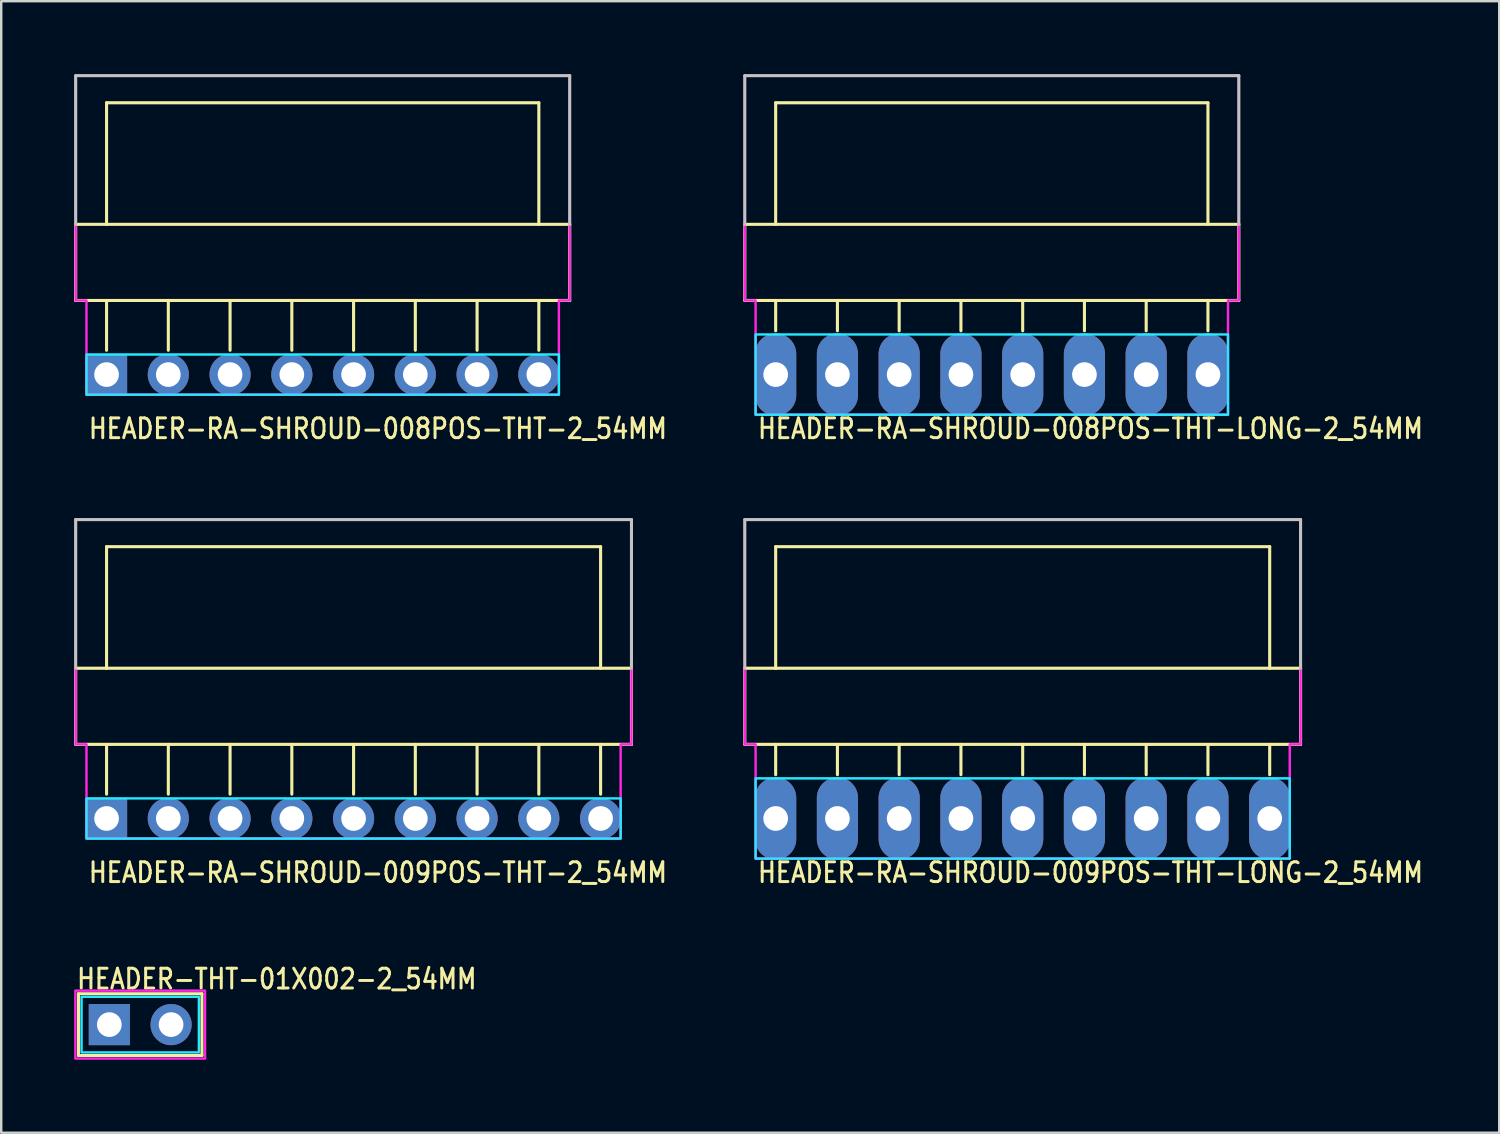
<source format=kicad_pcb>
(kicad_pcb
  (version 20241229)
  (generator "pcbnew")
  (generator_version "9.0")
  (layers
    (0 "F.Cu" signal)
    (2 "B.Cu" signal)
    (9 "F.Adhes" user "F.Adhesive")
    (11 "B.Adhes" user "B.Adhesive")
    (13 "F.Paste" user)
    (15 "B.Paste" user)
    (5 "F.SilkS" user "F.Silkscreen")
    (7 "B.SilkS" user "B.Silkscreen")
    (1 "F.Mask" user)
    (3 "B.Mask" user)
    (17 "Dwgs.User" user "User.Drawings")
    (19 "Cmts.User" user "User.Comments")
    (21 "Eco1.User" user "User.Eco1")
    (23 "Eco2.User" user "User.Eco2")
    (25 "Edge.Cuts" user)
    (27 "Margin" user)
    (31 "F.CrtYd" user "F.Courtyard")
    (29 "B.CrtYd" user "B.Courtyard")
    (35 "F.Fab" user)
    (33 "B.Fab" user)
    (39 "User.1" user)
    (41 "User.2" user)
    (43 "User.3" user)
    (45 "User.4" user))
  (footprint "HEADER-RA-SHROUD-008POS-THT-LONG-2_54MM"
    (layer "F.Cu")
    (at 28.854 12.357)
    (property "Reference" "HEADER-RA-SHROUD-008POS-THT-LONG-2_54MM" (at -0.8 2.7 0) (unlocked yes) (layer "F.SilkS") (effects (font (size 0.813 0.695) (thickness 0.122)) (justify left bottom)))
    (fp_line (start -1.27 -6.18) (end -1.27 -3.048) (stroke (width 0.127) (type solid)) (layer "F.SilkS"))
    (fp_line (start -1.27 -3.048) (end 19.05 -3.048) (stroke (width 0.127) (type solid)) (layer "F.SilkS"))
    (fp_line (start 0 -11.18) (end 0 -6.18) (stroke (width 0.127) (type solid)) (layer "F.SilkS"))
    (fp_line (start 0 -6.18) (end -1.27 -6.18) (stroke (width 0.127) (type solid)) (layer "F.SilkS"))
    (fp_line (start 0 -1.8) (end 0 -3.048) (stroke (width 0.127) (type solid)) (layer "F.SilkS"))
    (fp_line (start 2.54 -1.8) (end 2.54 -3.048) (stroke (width 0.127) (type solid)) (layer "F.SilkS"))
    (fp_line (start 5.08 -1.8) (end 5.08 -3.048) (stroke (width 0.127) (type solid)) (layer "F.SilkS"))
    (fp_line (start 7.62 -1.8) (end 7.62 -3.048) (stroke (width 0.127) (type solid)) (layer "F.SilkS"))
    (fp_line (start 10.16 -1.8) (end 10.16 -3.048) (stroke (width 0.127) (type solid)) (layer "F.SilkS"))
    (fp_line (start 12.7 -1.8) (end 12.7 -3.048) (stroke (width 0.127) (type solid)) (layer "F.SilkS"))
    (fp_line (start 15.24 -1.8) (end 15.24 -3.048) (stroke (width 0.127) (type solid)) (layer "F.SilkS"))
    (fp_line (start 17.78 -11.18) (end 0 -11.18) (stroke (width 0.127) (type solid)) (layer "F.SilkS"))
    (fp_line (start 17.78 -6.18) (end 0 -6.18) (stroke (width 0.127) (type solid)) (layer "F.SilkS"))
    (fp_line (start 17.78 -6.18) (end 17.78 -11.18) (stroke (width 0.127) (type solid)) (layer "F.SilkS"))
    (fp_line (start 17.78 -1.8) (end 17.78 -3.048) (stroke (width 0.127) (type solid)) (layer "F.SilkS"))
    (fp_line (start 19.05 -6.18) (end 17.78 -6.18) (stroke (width 0.127) (type solid)) (layer "F.SilkS"))
    (fp_line (start 19.05 -3.048) (end 19.05 -6.18) (stroke (width 0.127) (type solid)) (layer "F.SilkS"))
    (fp_line (start -1.27 -12.294) (end 19.05 -12.294) (stroke (width 0.127) (type solid)) (layer "Dwgs.User"))
    (fp_line (start -1.27 -6.18) (end -1.27 -12.294) (stroke (width 0.127) (type solid)) (layer "Dwgs.User"))
    (fp_line (start 19.05 -12.294) (end 19.05 -6.18) (stroke (width 0.127) (type solid)) (layer "Dwgs.User"))
    (fp_poly (pts (xy -0.826 -1.65) (xy -0.826 1.65) (xy 18.605 1.65) (xy 18.605 -1.65)) (stroke (width 0.1) (type solid)) (fill no) (layer "B.CrtYd"))
    (fp_poly (pts (xy -1.27 -12.294) (xy -1.27 -3.048) (xy -0.826 -3.048) (xy -0.826 1.65) (xy 18.605 1.65) (xy 18.605 -3.048) (xy 19.05 -3.048) (xy 19.05 -12.294)) (stroke (width 0.1) (type solid)) (fill no) (layer "F.CrtYd"))
    (pad "P$1" thru_hole oval (at 0 0 90) (size 3.387 1.693) (drill 1.016) (layers "*.Cu" "*.Mask"))
    (pad "P$2" thru_hole oval (at 2.54 0 90) (size 3.387 1.693) (drill 1.016) (layers "*.Cu" "*.Mask"))
    (pad "P$3" thru_hole oval (at 5.08 0 90) (size 3.387 1.693) (drill 1.016) (layers "*.Cu" "*.Mask"))
    (pad "P$4" thru_hole oval (at 7.62 0 90) (size 3.387 1.693) (drill 1.016) (layers "*.Cu" "*.Mask"))
    (pad "P$5" thru_hole oval (at 10.16 0 90) (size 3.387 1.693) (drill 1.016) (layers "*.Cu" "*.Mask"))
    (pad "P$6" thru_hole oval (at 12.7 0 90) (size 3.387 1.693) (drill 1.016) (layers "*.Cu" "*.Mask"))
    (pad "P$7" thru_hole oval (at 15.24 0 90) (size 3.387 1.693) (drill 1.016) (layers "*.Cu" "*.Mask"))
    (pad "P$8" thru_hole oval (at 17.78 0 90) (size 3.387 1.693) (drill 1.016) (layers "*.Cu" "*.Mask")))
  (footprint "HEADER-THT-01X002-2_54MM"
    (layer "F.Cu")
    (at 1.447 39.093)
    (property "Reference" "HEADER-THT-01X002-2_54MM" (at -1.4 -1.4 0) (unlocked yes) (layer "F.SilkS") (effects (font (size 0.813 0.695) (thickness 0.122)) (justify left bottom)))
    (fp_line (start -1.27 -1.27) (end -1.27 1.27) (stroke (width 0.127) (type solid)) (layer "F.SilkS"))
    (fp_line (start -1.27 1.27) (end 3.81 1.27) (stroke (width 0.127) (type solid)) (layer "F.SilkS"))
    (fp_line (start 3.81 -1.27) (end -1.27 -1.27) (stroke (width 0.127) (type solid)) (layer "F.SilkS"))
    (fp_line (start 3.81 1.27) (end 3.81 -1.27) (stroke (width 0.127) (type solid)) (layer "F.SilkS"))
    (fp_poly (pts (xy -1.143 -1.143) (xy 3.683 -1.143) (xy 3.683 1.143) (xy -1.143 1.143)) (stroke (width 0.1) (type solid)) (fill no) (layer "B.CrtYd"))
    (fp_poly (pts (xy -1.397 -1.397) (xy 3.937 -1.397) (xy 3.937 1.397) (xy -1.397 1.397)) (stroke (width 0.1) (type solid)) (fill no) (layer "F.CrtYd"))
    (pad "P$1" thru_hole rect (at 0 0) (size 1.693 1.693) (drill 1.016) (layers "*.Cu" "*.Mask"))
    (pad "P$2" thru_hole oval (at 2.54 0) (size 1.693 1.693) (drill 1.016) (layers "*.Cu" "*.Mask")))
  (footprint "HEADER-RA-SHROUD-008POS-THT-2_54MM"
    (layer "F.Cu")
    (at 1.333 12.357)
    (property "Reference" "HEADER-RA-SHROUD-008POS-THT-2_54MM" (at -0.8 2.7 0) (unlocked yes) (layer "F.SilkS") (effects (font (size 0.813 0.695) (thickness 0.122)) (justify left bottom)))
    (fp_line (start -1.27 -6.18) (end -1.27 -3.048) (stroke (width 0.127) (type solid)) (layer "F.SilkS"))
    (fp_line (start -1.27 -3.048) (end 19.05 -3.048) (stroke (width 0.127) (type solid)) (layer "F.SilkS"))
    (fp_line (start 0 -11.18) (end 0 -6.18) (stroke (width 0.127) (type solid)) (layer "F.SilkS"))
    (fp_line (start 0 -6.18) (end -1.27 -6.18) (stroke (width 0.127) (type solid)) (layer "F.SilkS"))
    (fp_line (start 0 -1) (end 0 -3.048) (stroke (width 0.127) (type solid)) (layer "F.SilkS"))
    (fp_line (start 2.54 -1) (end 2.54 -3.048) (stroke (width 0.127) (type solid)) (layer "F.SilkS"))
    (fp_line (start 5.08 -1) (end 5.08 -3.048) (stroke (width 0.127) (type solid)) (layer "F.SilkS"))
    (fp_line (start 7.62 -1) (end 7.62 -3.048) (stroke (width 0.127) (type solid)) (layer "F.SilkS"))
    (fp_line (start 10.16 -1) (end 10.16 -3.048) (stroke (width 0.127) (type solid)) (layer "F.SilkS"))
    (fp_line (start 12.7 -1) (end 12.7 -3.048) (stroke (width 0.127) (type solid)) (layer "F.SilkS"))
    (fp_line (start 15.24 -1) (end 15.24 -3.048) (stroke (width 0.127) (type solid)) (layer "F.SilkS"))
    (fp_line (start 17.78 -11.18) (end 0 -11.18) (stroke (width 0.127) (type solid)) (layer "F.SilkS"))
    (fp_line (start 17.78 -6.18) (end 0 -6.18) (stroke (width 0.127) (type solid)) (layer "F.SilkS"))
    (fp_line (start 17.78 -6.18) (end 17.78 -11.18) (stroke (width 0.127) (type solid)) (layer "F.SilkS"))
    (fp_line (start 17.78 -1) (end 17.78 -3.048) (stroke (width 0.127) (type solid)) (layer "F.SilkS"))
    (fp_line (start 19.05 -6.18) (end 17.78 -6.18) (stroke (width 0.127) (type solid)) (layer "F.SilkS"))
    (fp_line (start 19.05 -3.048) (end 19.05 -6.18) (stroke (width 0.127) (type solid)) (layer "F.SilkS"))
    (fp_line (start -1.27 -12.294) (end 19.05 -12.294) (stroke (width 0.127) (type solid)) (layer "Dwgs.User"))
    (fp_line (start -1.27 -6.18) (end -1.27 -12.294) (stroke (width 0.127) (type solid)) (layer "Dwgs.User"))
    (fp_line (start 19.05 -12.294) (end 19.05 -6.18) (stroke (width 0.127) (type solid)) (layer "Dwgs.User"))
    (fp_poly (pts (xy -0.826 -0.826) (xy -0.826 0.826) (xy 18.605 0.826) (xy 18.605 -0.826)) (stroke (width 0.1) (type solid)) (fill no) (layer "B.CrtYd"))
    (fp_poly (pts (xy -1.27 -12.294) (xy -1.27 -3.048) (xy -0.826 -3.048) (xy -0.826 0.826) (xy 18.605 0.826) (xy 18.605 -3.048) (xy 19.05 -3.048) (xy 19.05 -12.294)) (stroke (width 0.1) (type solid)) (fill no) (layer "F.CrtYd"))
    (pad "P$1" thru_hole rect (at 0 0) (size 1.693 1.693) (drill 1.016) (layers "*.Cu" "*.Mask"))
    (pad "P$2" thru_hole oval (at 2.54 0) (size 1.693 1.693) (drill 1.016) (layers "*.Cu" "*.Mask"))
    (pad "P$3" thru_hole oval (at 5.08 0) (size 1.693 1.693) (drill 1.016) (layers "*.Cu" "*.Mask"))
    (pad "P$4" thru_hole oval (at 7.62 0) (size 1.693 1.693) (drill 1.016) (layers "*.Cu" "*.Mask"))
    (pad "P$5" thru_hole oval (at 10.16 0) (size 1.693 1.693) (drill 1.016) (layers "*.Cu" "*.Mask"))
    (pad "P$6" thru_hole oval (at 12.7 0) (size 1.693 1.693) (drill 1.016) (layers "*.Cu" "*.Mask"))
    (pad "P$7" thru_hole oval (at 15.24 0) (size 1.693 1.693) (drill 1.016) (layers "*.Cu" "*.Mask"))
    (pad "P$8" thru_hole oval (at 17.78 0) (size 1.693 1.693) (drill 1.016) (layers "*.Cu" "*.Mask")))
  (footprint "HEADER-RA-SHROUD-009POS-THT-2_54MM"
    (layer "F.Cu")
    (at 1.333 30.615)
    (property "Reference" "HEADER-RA-SHROUD-009POS-THT-2_54MM" (at -0.8 2.7 0) (unlocked yes) (layer "F.SilkS") (effects (font (size 0.813 0.695) (thickness 0.122)) (justify left bottom)))
    (fp_line (start -1.27 -6.18) (end -1.27 -3.048) (stroke (width 0.127) (type solid)) (layer "F.SilkS"))
    (fp_line (start -1.27 -3.048) (end 21.59 -3.048) (stroke (width 0.127) (type solid)) (layer "F.SilkS"))
    (fp_line (start 0 -11.18) (end 0 -6.18) (stroke (width 0.127) (type solid)) (layer "F.SilkS"))
    (fp_line (start 0 -6.18) (end -1.27 -6.18) (stroke (width 0.127) (type solid)) (layer "F.SilkS"))
    (fp_line (start 0 -1) (end 0 -3.048) (stroke (width 0.127) (type solid)) (layer "F.SilkS"))
    (fp_line (start 2.54 -1) (end 2.54 -3.048) (stroke (width 0.127) (type solid)) (layer "F.SilkS"))
    (fp_line (start 5.08 -1) (end 5.08 -3.048) (stroke (width 0.127) (type solid)) (layer "F.SilkS"))
    (fp_line (start 7.62 -1) (end 7.62 -3.048) (stroke (width 0.127) (type solid)) (layer "F.SilkS"))
    (fp_line (start 10.16 -1) (end 10.16 -3.048) (stroke (width 0.127) (type solid)) (layer "F.SilkS"))
    (fp_line (start 12.7 -1) (end 12.7 -3.048) (stroke (width 0.127) (type solid)) (layer "F.SilkS"))
    (fp_line (start 15.24 -1) (end 15.24 -3.048) (stroke (width 0.127) (type solid)) (layer "F.SilkS"))
    (fp_line (start 17.78 -1) (end 17.78 -3.048) (stroke (width 0.127) (type solid)) (layer "F.SilkS"))
    (fp_line (start 20.32 -11.18) (end 0 -11.18) (stroke (width 0.127) (type solid)) (layer "F.SilkS"))
    (fp_line (start 20.32 -6.18) (end 0 -6.18) (stroke (width 0.127) (type solid)) (layer "F.SilkS"))
    (fp_line (start 20.32 -6.18) (end 20.32 -11.18) (stroke (width 0.127) (type solid)) (layer "F.SilkS"))
    (fp_line (start 20.32 -1) (end 20.32 -3.048) (stroke (width 0.127) (type solid)) (layer "F.SilkS"))
    (fp_line (start 21.59 -6.18) (end 20.32 -6.18) (stroke (width 0.127) (type solid)) (layer "F.SilkS"))
    (fp_line (start 21.59 -3.048) (end 21.59 -6.18) (stroke (width 0.127) (type solid)) (layer "F.SilkS"))
    (fp_line (start -1.27 -12.294) (end 21.59 -12.294) (stroke (width 0.127) (type solid)) (layer "Dwgs.User"))
    (fp_line (start -1.27 -6.18) (end -1.27 -12.294) (stroke (width 0.127) (type solid)) (layer "Dwgs.User"))
    (fp_line (start 21.59 -12.294) (end 21.59 -6.18) (stroke (width 0.127) (type solid)) (layer "Dwgs.User"))
    (fp_poly (pts (xy -0.826 -0.826) (xy -0.826 0.826) (xy 21.145 0.826) (xy 21.145 -0.826)) (stroke (width 0.1) (type solid)) (fill no) (layer "B.CrtYd"))
    (fp_poly (pts (xy -1.27 -12.294) (xy -1.27 -3.048) (xy -0.826 -3.048) (xy -0.826 0.826) (xy 21.145 0.826) (xy 21.145 -3.048) (xy 21.59 -3.048) (xy 21.59 -12.294)) (stroke (width 0.1) (type solid)) (fill no) (layer "F.CrtYd"))
    (pad "P$1" thru_hole rect (at 0 0) (size 1.693 1.693) (drill 1.016) (layers "*.Cu" "*.Mask"))
    (pad "P$2" thru_hole oval (at 2.54 0) (size 1.693 1.693) (drill 1.016) (layers "*.Cu" "*.Mask"))
    (pad "P$3" thru_hole oval (at 5.08 0) (size 1.693 1.693) (drill 1.016) (layers "*.Cu" "*.Mask"))
    (pad "P$4" thru_hole oval (at 7.62 0) (size 1.693 1.693) (drill 1.016) (layers "*.Cu" "*.Mask"))
    (pad "P$5" thru_hole oval (at 10.16 0) (size 1.693 1.693) (drill 1.016) (layers "*.Cu" "*.Mask"))
    (pad "P$6" thru_hole oval (at 12.7 0) (size 1.693 1.693) (drill 1.016) (layers "*.Cu" "*.Mask"))
    (pad "P$7" thru_hole oval (at 15.24 0) (size 1.693 1.693) (drill 1.016) (layers "*.Cu" "*.Mask"))
    (pad "P$8" thru_hole oval (at 17.78 0) (size 1.693 1.693) (drill 1.016) (layers "*.Cu" "*.Mask"))
    (pad "P$9" thru_hole oval (at 20.32 0) (size 1.693 1.693) (drill 1.016) (layers "*.Cu" "*.Mask")))
  (footprint "HEADER-RA-SHROUD-009POS-THT-LONG-2_54MM"
    (layer "F.Cu")
    (at 28.854 30.615)
    (property "Reference" "HEADER-RA-SHROUD-009POS-THT-LONG-2_54MM" (at -0.8 2.7 0) (unlocked yes) (layer "F.SilkS") (effects (font (size 0.813 0.695) (thickness 0.122)) (justify left bottom)))
    (fp_line (start -1.27 -6.18) (end -1.27 -3.048) (stroke (width 0.127) (type solid)) (layer "F.SilkS"))
    (fp_line (start -1.27 -3.048) (end 21.59 -3.048) (stroke (width 0.127) (type solid)) (layer "F.SilkS"))
    (fp_line (start 0 -11.18) (end 0 -6.18) (stroke (width 0.127) (type solid)) (layer "F.SilkS"))
    (fp_line (start 0 -6.18) (end -1.27 -6.18) (stroke (width 0.127) (type solid)) (layer "F.SilkS"))
    (fp_line (start 0 -1.8) (end 0 -3.048) (stroke (width 0.127) (type solid)) (layer "F.SilkS"))
    (fp_line (start 2.54 -1.8) (end 2.54 -3.048) (stroke (width 0.127) (type solid)) (layer "F.SilkS"))
    (fp_line (start 5.08 -1.8) (end 5.08 -3.048) (stroke (width 0.127) (type solid)) (layer "F.SilkS"))
    (fp_line (start 7.62 -1.8) (end 7.62 -3.048) (stroke (width 0.127) (type solid)) (layer "F.SilkS"))
    (fp_line (start 10.16 -1.8) (end 10.16 -3.048) (stroke (width 0.127) (type solid)) (layer "F.SilkS"))
    (fp_line (start 12.7 -1.8) (end 12.7 -3.048) (stroke (width 0.127) (type solid)) (layer "F.SilkS"))
    (fp_line (start 15.24 -1.8) (end 15.24 -3.048) (stroke (width 0.127) (type solid)) (layer "F.SilkS"))
    (fp_line (start 17.78 -1.8) (end 17.78 -3.048) (stroke (width 0.127) (type solid)) (layer "F.SilkS"))
    (fp_line (start 20.32 -11.18) (end 0 -11.18) (stroke (width 0.127) (type solid)) (layer "F.SilkS"))
    (fp_line (start 20.32 -6.18) (end 0 -6.18) (stroke (width 0.127) (type solid)) (layer "F.SilkS"))
    (fp_line (start 20.32 -6.18) (end 20.32 -11.18) (stroke (width 0.127) (type solid)) (layer "F.SilkS"))
    (fp_line (start 20.32 -1.8) (end 20.32 -3.048) (stroke (width 0.127) (type solid)) (layer "F.SilkS"))
    (fp_line (start 21.59 -6.18) (end 20.32 -6.18) (stroke (width 0.127) (type solid)) (layer "F.SilkS"))
    (fp_line (start 21.59 -3.048) (end 21.59 -6.18) (stroke (width 0.127) (type solid)) (layer "F.SilkS"))
    (fp_line (start -1.27 -12.294) (end 21.59 -12.294) (stroke (width 0.127) (type solid)) (layer "Dwgs.User"))
    (fp_line (start -1.27 -6.18) (end -1.27 -12.294) (stroke (width 0.127) (type solid)) (layer "Dwgs.User"))
    (fp_line (start 21.59 -12.294) (end 21.59 -6.18) (stroke (width 0.127) (type solid)) (layer "Dwgs.User"))
    (fp_poly (pts (xy -0.826 -1.65) (xy -0.826 1.65) (xy 21.145 1.65) (xy 21.145 -1.65)) (stroke (width 0.1) (type solid)) (fill no) (layer "B.CrtYd"))
    (fp_poly (pts (xy -1.27 -12.294) (xy -1.27 -3.048) (xy -0.826 -3.048) (xy -0.826 1.65) (xy 21.145 1.65) (xy 21.145 -3.048) (xy 21.59 -3.048) (xy 21.59 -12.294)) (stroke (width 0.1) (type solid)) (fill no) (layer "F.CrtYd"))
    (pad "P$1" thru_hole oval (at 0 0 90) (size 3.387 1.693) (drill 1.016) (layers "*.Cu" "*.Mask"))
    (pad "P$2" thru_hole oval (at 2.54 0 90) (size 3.387 1.693) (drill 1.016) (layers "*.Cu" "*.Mask"))
    (pad "P$3" thru_hole oval (at 5.08 0 90) (size 3.387 1.693) (drill 1.016) (layers "*.Cu" "*.Mask"))
    (pad "P$4" thru_hole oval (at 7.62 0 90) (size 3.387 1.693) (drill 1.016) (layers "*.Cu" "*.Mask"))
    (pad "P$5" thru_hole oval (at 10.16 0 90) (size 3.387 1.693) (drill 1.016) (layers "*.Cu" "*.Mask"))
    (pad "P$6" thru_hole oval (at 12.7 0 90) (size 3.387 1.693) (drill 1.016) (layers "*.Cu" "*.Mask"))
    (pad "P$7" thru_hole oval (at 15.24 0 90) (size 3.387 1.693) (drill 1.016) (layers "*.Cu" "*.Mask"))
    (pad "P$8" thru_hole oval (at 17.78 0 90) (size 3.387 1.693) (drill 1.016) (layers "*.Cu" "*.Mask"))
    (pad "P$9" thru_hole oval (at 20.32 0 90) (size 3.387 1.693) (drill 1.016) (layers "*.Cu" "*.Mask")))
  (gr_rect
    (start -3 -3)
    (end 58.615 43.54)
    (stroke (width 0.1) (type default))
    (fill no)
    (layer "Edge.Cuts")))
</source>
